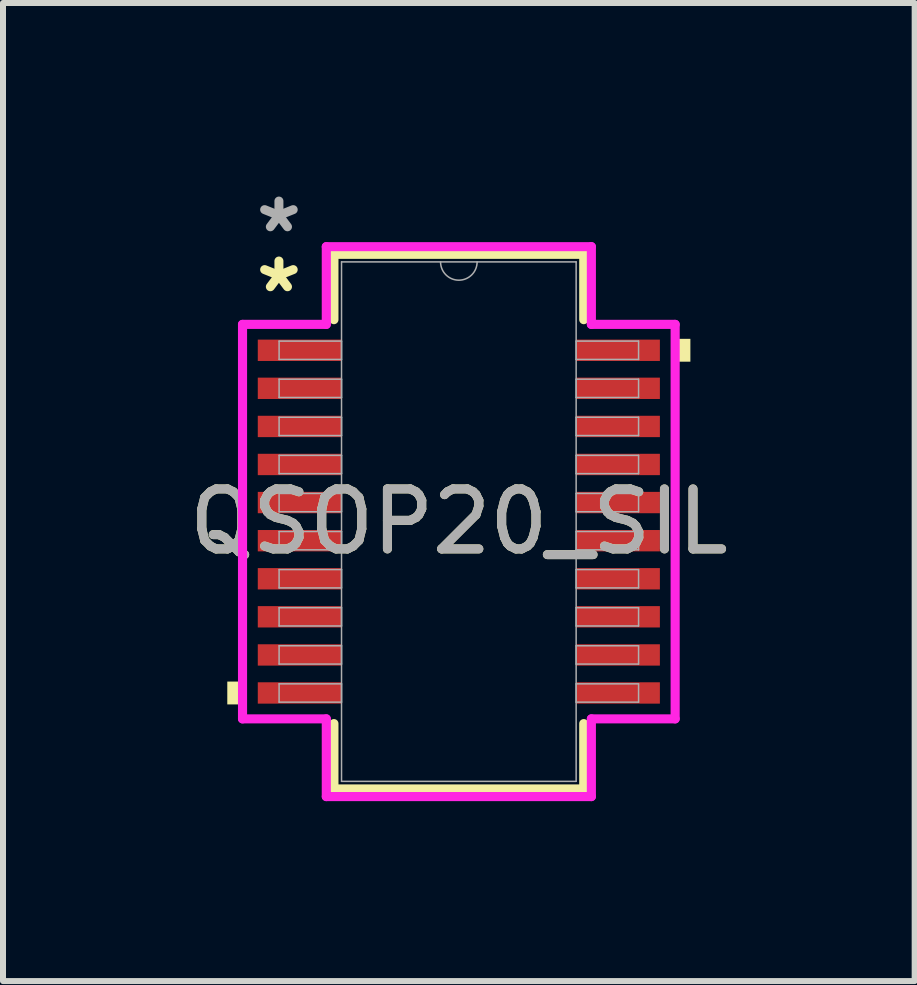
<source format=kicad_pcb>
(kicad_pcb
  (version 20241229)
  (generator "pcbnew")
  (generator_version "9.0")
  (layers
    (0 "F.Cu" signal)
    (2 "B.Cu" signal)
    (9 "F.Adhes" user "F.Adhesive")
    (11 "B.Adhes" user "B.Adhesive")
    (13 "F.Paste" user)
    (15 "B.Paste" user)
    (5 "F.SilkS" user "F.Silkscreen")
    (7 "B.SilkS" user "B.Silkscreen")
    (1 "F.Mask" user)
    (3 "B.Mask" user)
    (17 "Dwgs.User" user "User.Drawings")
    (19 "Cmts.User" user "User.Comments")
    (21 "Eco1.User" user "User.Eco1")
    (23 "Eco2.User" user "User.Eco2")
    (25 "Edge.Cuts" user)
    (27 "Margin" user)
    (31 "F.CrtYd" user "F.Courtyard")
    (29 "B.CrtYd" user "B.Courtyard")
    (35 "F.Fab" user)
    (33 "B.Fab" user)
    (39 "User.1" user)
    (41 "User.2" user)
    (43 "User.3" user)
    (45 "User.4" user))
  (footprint "QSOP20_SIL"
    (layer "F.Cu")
    (at 4.601 5.648)
    (property "Reference" "QSOP20_SIL" (at 0 0 0) (unlocked yes) (layer "F.SilkS") (effects (font (size 1 1) (thickness 0.15))))
    (attr smd)
    (fp_line (start -2.083 -4.458) (end -2.083 -3.368) (stroke (width 0.152) (type solid)) (layer "F.SilkS"))
    (fp_line (start -2.083 3.368) (end -2.083 4.458) (stroke (width 0.152) (type solid)) (layer "F.SilkS"))
    (fp_line (start -2.083 4.458) (end 2.083 4.458) (stroke (width 0.152) (type solid)) (layer "F.SilkS"))
    (fp_line (start 2.083 -4.458) (end -2.083 -4.458) (stroke (width 0.152) (type solid)) (layer "F.SilkS"))
    (fp_line (start 2.083 -3.368) (end 2.083 -4.458) (stroke (width 0.152) (type solid)) (layer "F.SilkS"))
    (fp_line (start 2.083 4.458) (end 2.083 3.368) (stroke (width 0.152) (type solid)) (layer "F.SilkS"))
    (fp_poly (pts (xy -3.861 2.667) (xy -3.861 3.048) (xy -3.607 3.048) (xy -3.607 2.667)) (stroke (width 0) (type solid)) (fill yes) (layer "F.SilkS"))
    (fp_poly (pts (xy 3.861 -3.048) (xy 3.861 -2.667) (xy 3.607 -2.667) (xy 3.607 -3.048)) (stroke (width 0) (type solid)) (fill yes) (layer "F.SilkS"))
    (fp_line (start -3.607 -3.289) (end -2.21 -3.289) (stroke (width 0.152) (type solid)) (layer "F.CrtYd"))
    (fp_line (start -3.607 3.289) (end -3.607 -3.289) (stroke (width 0.152) (type solid)) (layer "F.CrtYd"))
    (fp_line (start -3.607 3.289) (end -2.21 3.289) (stroke (width 0.152) (type solid)) (layer "F.CrtYd"))
    (fp_line (start -2.21 -4.585) (end 2.21 -4.585) (stroke (width 0.152) (type solid)) (layer "F.CrtYd"))
    (fp_line (start -2.21 -3.289) (end -2.21 -4.585) (stroke (width 0.152) (type solid)) (layer "F.CrtYd"))
    (fp_line (start -2.21 4.585) (end -2.21 3.289) (stroke (width 0.152) (type solid)) (layer "F.CrtYd"))
    (fp_line (start 2.21 -4.585) (end 2.21 -3.289) (stroke (width 0.152) (type solid)) (layer "F.CrtYd"))
    (fp_line (start 2.21 3.289) (end 2.21 4.585) (stroke (width 0.152) (type solid)) (layer "F.CrtYd"))
    (fp_line (start 2.21 4.585) (end -2.21 4.585) (stroke (width 0.152) (type solid)) (layer "F.CrtYd"))
    (fp_line (start 3.607 -3.289) (end 2.21 -3.289) (stroke (width 0.152) (type solid)) (layer "F.CrtYd"))
    (fp_line (start 3.607 -3.289) (end 3.607 3.289) (stroke (width 0.152) (type solid)) (layer "F.CrtYd"))
    (fp_line (start 3.607 3.289) (end 2.21 3.289) (stroke (width 0.152) (type solid)) (layer "F.CrtYd"))
    (fp_line (start -2.997 -3.01) (end -2.997 -2.705) (stroke (width 0.025) (type solid)) (layer "F.Fab"))
    (fp_line (start -2.997 -2.705) (end -1.956 -2.705) (stroke (width 0.025) (type solid)) (layer "F.Fab"))
    (fp_line (start -2.997 -2.375) (end -2.997 -2.07) (stroke (width 0.025) (type solid)) (layer "F.Fab"))
    (fp_line (start -2.997 -2.07) (end -1.956 -2.07) (stroke (width 0.025) (type solid)) (layer "F.Fab"))
    (fp_line (start -2.997 -1.74) (end -2.997 -1.435) (stroke (width 0.025) (type solid)) (layer "F.Fab"))
    (fp_line (start -2.997 -1.435) (end -1.956 -1.435) (stroke (width 0.025) (type solid)) (layer "F.Fab"))
    (fp_line (start -2.997 -1.105) (end -2.997 -0.8) (stroke (width 0.025) (type solid)) (layer "F.Fab"))
    (fp_line (start -2.997 -0.8) (end -1.956 -0.8) (stroke (width 0.025) (type solid)) (layer "F.Fab"))
    (fp_line (start -2.997 -0.47) (end -2.997 -0.165) (stroke (width 0.025) (type solid)) (layer "F.Fab"))
    (fp_line (start -2.997 -0.165) (end -1.956 -0.165) (stroke (width 0.025) (type solid)) (layer "F.Fab"))
    (fp_line (start -2.997 0.165) (end -2.997 0.47) (stroke (width 0.025) (type solid)) (layer "F.Fab"))
    (fp_line (start -2.997 0.47) (end -1.956 0.47) (stroke (width 0.025) (type solid)) (layer "F.Fab"))
    (fp_line (start -2.997 0.8) (end -2.997 1.105) (stroke (width 0.025) (type solid)) (layer "F.Fab"))
    (fp_line (start -2.997 1.105) (end -1.956 1.105) (stroke (width 0.025) (type solid)) (layer "F.Fab"))
    (fp_line (start -2.997 1.435) (end -2.997 1.74) (stroke (width 0.025) (type solid)) (layer "F.Fab"))
    (fp_line (start -2.997 1.74) (end -1.956 1.74) (stroke (width 0.025) (type solid)) (layer "F.Fab"))
    (fp_line (start -2.997 2.07) (end -2.997 2.375) (stroke (width 0.025) (type solid)) (layer "F.Fab"))
    (fp_line (start -2.997 2.375) (end -1.956 2.375) (stroke (width 0.025) (type solid)) (layer "F.Fab"))
    (fp_line (start -2.997 2.705) (end -2.997 3.01) (stroke (width 0.025) (type solid)) (layer "F.Fab"))
    (fp_line (start -2.997 3.01) (end -1.956 3.01) (stroke (width 0.025) (type solid)) (layer "F.Fab"))
    (fp_line (start -1.956 -4.331) (end -1.956 4.331) (stroke (width 0.025) (type solid)) (layer "F.Fab"))
    (fp_line (start -1.956 -3.01) (end -2.997 -3.01) (stroke (width 0.025) (type solid)) (layer "F.Fab"))
    (fp_line (start -1.956 -2.705) (end -1.956 -3.01) (stroke (width 0.025) (type solid)) (layer "F.Fab"))
    (fp_line (start -1.956 -2.375) (end -2.997 -2.375) (stroke (width 0.025) (type solid)) (layer "F.Fab"))
    (fp_line (start -1.956 -2.07) (end -1.956 -2.375) (stroke (width 0.025) (type solid)) (layer "F.Fab"))
    (fp_line (start -1.956 -1.74) (end -2.997 -1.74) (stroke (width 0.025) (type solid)) (layer "F.Fab"))
    (fp_line (start -1.956 -1.435) (end -1.956 -1.74) (stroke (width 0.025) (type solid)) (layer "F.Fab"))
    (fp_line (start -1.956 -1.105) (end -2.997 -1.105) (stroke (width 0.025) (type solid)) (layer "F.Fab"))
    (fp_line (start -1.956 -0.8) (end -1.956 -1.105) (stroke (width 0.025) (type solid)) (layer "F.Fab"))
    (fp_line (start -1.956 -0.47) (end -2.997 -0.47) (stroke (width 0.025) (type solid)) (layer "F.Fab"))
    (fp_line (start -1.956 -0.165) (end -1.956 -0.47) (stroke (width 0.025) (type solid)) (layer "F.Fab"))
    (fp_line (start -1.956 0.165) (end -2.997 0.165) (stroke (width 0.025) (type solid)) (layer "F.Fab"))
    (fp_line (start -1.956 0.47) (end -1.956 0.165) (stroke (width 0.025) (type solid)) (layer "F.Fab"))
    (fp_line (start -1.956 0.8) (end -2.997 0.8) (stroke (width 0.025) (type solid)) (layer "F.Fab"))
    (fp_line (start -1.956 1.105) (end -1.956 0.8) (stroke (width 0.025) (type solid)) (layer "F.Fab"))
    (fp_line (start -1.956 1.435) (end -2.997 1.435) (stroke (width 0.025) (type solid)) (layer "F.Fab"))
    (fp_line (start -1.956 1.74) (end -1.956 1.435) (stroke (width 0.025) (type solid)) (layer "F.Fab"))
    (fp_line (start -1.956 2.07) (end -2.997 2.07) (stroke (width 0.025) (type solid)) (layer "F.Fab"))
    (fp_line (start -1.956 2.375) (end -1.956 2.07) (stroke (width 0.025) (type solid)) (layer "F.Fab"))
    (fp_line (start -1.956 2.705) (end -2.997 2.705) (stroke (width 0.025) (type solid)) (layer "F.Fab"))
    (fp_line (start -1.956 3.01) (end -1.956 2.705) (stroke (width 0.025) (type solid)) (layer "F.Fab"))
    (fp_line (start -1.956 4.331) (end 1.956 4.331) (stroke (width 0.025) (type solid)) (layer "F.Fab"))
    (fp_line (start 1.956 -4.331) (end -1.956 -4.331) (stroke (width 0.025) (type solid)) (layer "F.Fab"))
    (fp_line (start 1.956 -3.01) (end 1.956 -2.705) (stroke (width 0.025) (type solid)) (layer "F.Fab"))
    (fp_line (start 1.956 -2.705) (end 2.997 -2.705) (stroke (width 0.025) (type solid)) (layer "F.Fab"))
    (fp_line (start 1.956 -2.375) (end 1.956 -2.07) (stroke (width 0.025) (type solid)) (layer "F.Fab"))
    (fp_line (start 1.956 -2.07) (end 2.997 -2.07) (stroke (width 0.025) (type solid)) (layer "F.Fab"))
    (fp_line (start 1.956 -1.74) (end 1.956 -1.435) (stroke (width 0.025) (type solid)) (layer "F.Fab"))
    (fp_line (start 1.956 -1.435) (end 2.997 -1.435) (stroke (width 0.025) (type solid)) (layer "F.Fab"))
    (fp_line (start 1.956 -1.105) (end 1.956 -0.8) (stroke (width 0.025) (type solid)) (layer "F.Fab"))
    (fp_line (start 1.956 -0.8) (end 2.997 -0.8) (stroke (width 0.025) (type solid)) (layer "F.Fab"))
    (fp_line (start 1.956 -0.47) (end 1.956 -0.165) (stroke (width 0.025) (type solid)) (layer "F.Fab"))
    (fp_line (start 1.956 -0.165) (end 2.997 -0.165) (stroke (width 0.025) (type solid)) (layer "F.Fab"))
    (fp_line (start 1.956 0.165) (end 1.956 0.47) (stroke (width 0.025) (type solid)) (layer "F.Fab"))
    (fp_line (start 1.956 0.47) (end 2.997 0.47) (stroke (width 0.025) (type solid)) (layer "F.Fab"))
    (fp_line (start 1.956 0.8) (end 1.956 1.105) (stroke (width 0.025) (type solid)) (layer "F.Fab"))
    (fp_line (start 1.956 1.105) (end 2.997 1.105) (stroke (width 0.025) (type solid)) (layer "F.Fab"))
    (fp_line (start 1.956 1.435) (end 1.956 1.74) (stroke (width 0.025) (type solid)) (layer "F.Fab"))
    (fp_line (start 1.956 1.74) (end 2.997 1.74) (stroke (width 0.025) (type solid)) (layer "F.Fab"))
    (fp_line (start 1.956 2.07) (end 1.956 2.375) (stroke (width 0.025) (type solid)) (layer "F.Fab"))
    (fp_line (start 1.956 2.375) (end 2.997 2.375) (stroke (width 0.025) (type solid)) (layer "F.Fab"))
    (fp_line (start 1.956 2.705) (end 1.956 3.01) (stroke (width 0.025) (type solid)) (layer "F.Fab"))
    (fp_line (start 1.956 3.01) (end 2.997 3.01) (stroke (width 0.025) (type solid)) (layer "F.Fab"))
    (fp_line (start 1.956 4.331) (end 1.956 -4.331) (stroke (width 0.025) (type solid)) (layer "F.Fab"))
    (fp_line (start 2.997 -3.01) (end 1.956 -3.01) (stroke (width 0.025) (type solid)) (layer "F.Fab"))
    (fp_line (start 2.997 -2.705) (end 2.997 -3.01) (stroke (width 0.025) (type solid)) (layer "F.Fab"))
    (fp_line (start 2.997 -2.375) (end 1.956 -2.375) (stroke (width 0.025) (type solid)) (layer "F.Fab"))
    (fp_line (start 2.997 -2.07) (end 2.997 -2.375) (stroke (width 0.025) (type solid)) (layer "F.Fab"))
    (fp_line (start 2.997 -1.74) (end 1.956 -1.74) (stroke (width 0.025) (type solid)) (layer "F.Fab"))
    (fp_line (start 2.997 -1.435) (end 2.997 -1.74) (stroke (width 0.025) (type solid)) (layer "F.Fab"))
    (fp_line (start 2.997 -1.105) (end 1.956 -1.105) (stroke (width 0.025) (type solid)) (layer "F.Fab"))
    (fp_line (start 2.997 -0.8) (end 2.997 -1.105) (stroke (width 0.025) (type solid)) (layer "F.Fab"))
    (fp_line (start 2.997 -0.47) (end 1.956 -0.47) (stroke (width 0.025) (type solid)) (layer "F.Fab"))
    (fp_line (start 2.997 -0.165) (end 2.997 -0.47) (stroke (width 0.025) (type solid)) (layer "F.Fab"))
    (fp_line (start 2.997 0.165) (end 1.956 0.165) (stroke (width 0.025) (type solid)) (layer "F.Fab"))
    (fp_line (start 2.997 0.47) (end 2.997 0.165) (stroke (width 0.025) (type solid)) (layer "F.Fab"))
    (fp_line (start 2.997 0.8) (end 1.956 0.8) (stroke (width 0.025) (type solid)) (layer "F.Fab"))
    (fp_line (start 2.997 1.105) (end 2.997 0.8) (stroke (width 0.025) (type solid)) (layer "F.Fab"))
    (fp_line (start 2.997 1.435) (end 1.956 1.435) (stroke (width 0.025) (type solid)) (layer "F.Fab"))
    (fp_line (start 2.997 1.74) (end 2.997 1.435) (stroke (width 0.025) (type solid)) (layer "F.Fab"))
    (fp_line (start 2.997 2.07) (end 1.956 2.07) (stroke (width 0.025) (type solid)) (layer "F.Fab"))
    (fp_line (start 2.997 2.375) (end 2.997 2.07) (stroke (width 0.025) (type solid)) (layer "F.Fab"))
    (fp_line (start 2.997 2.705) (end 1.956 2.705) (stroke (width 0.025) (type solid)) (layer "F.Fab"))
    (fp_line (start 2.997 3.01) (end 2.997 2.705) (stroke (width 0.025) (type solid)) (layer "F.Fab"))
    (fp_arc (start 0.3048 -4.3307) (mid 0 -4.0259) (end -0.3048 -4.3307) (stroke (width 0.0254) (type solid)) (layer "F.Fab"))
    (fp_text user "*" (at -3 -3.8 0) (layer "F.SilkS") (effects (font (size 1 1) (thickness 0.15))))
    (fp_text user "${REFERENCE}" (at 0 0 0) (unlocked yes) (layer "F.Fab") (effects (font (size 1 1) (thickness 0.15))))
    (fp_text user "*" (at -3 -4.8 0) (layer "F.Fab") (effects (font (size 1 1) (thickness 0.15))))
    (pad "1" smd rect (at -2.654 -2.857) (size 1.397 0.356) (layers "F.Cu" "F.Mask" "F.Paste"))
    (pad "2" smd rect (at -2.654 -2.223) (size 1.397 0.356) (layers "F.Cu" "F.Mask" "F.Paste"))
    (pad "3" smd rect (at -2.654 -1.587) (size 1.397 0.356) (layers "F.Cu" "F.Mask" "F.Paste"))
    (pad "4" smd rect (at -2.654 -0.953) (size 1.397 0.356) (layers "F.Cu" "F.Mask" "F.Paste"))
    (pad "5" smd rect (at -2.654 -0.318) (size 1.397 0.356) (layers "F.Cu" "F.Mask" "F.Paste"))
    (pad "6" smd rect (at -2.654 0.318) (size 1.397 0.356) (layers "F.Cu" "F.Mask" "F.Paste"))
    (pad "7" smd rect (at -2.654 0.953) (size 1.397 0.356) (layers "F.Cu" "F.Mask" "F.Paste"))
    (pad "8" smd rect (at -2.654 1.587) (size 1.397 0.356) (layers "F.Cu" "F.Mask" "F.Paste"))
    (pad "9" smd rect (at -2.654 2.223) (size 1.397 0.356) (layers "F.Cu" "F.Mask" "F.Paste"))
    (pad "10" smd rect (at -2.654 2.857) (size 1.397 0.356) (layers "F.Cu" "F.Mask" "F.Paste"))
    (pad "11" smd rect (at 2.654 2.857) (size 1.397 0.356) (layers "F.Cu" "F.Mask" "F.Paste"))
    (pad "12" smd rect (at 2.654 2.223) (size 1.397 0.356) (layers "F.Cu" "F.Mask" "F.Paste"))
    (pad "13" smd rect (at 2.654 1.587) (size 1.397 0.356) (layers "F.Cu" "F.Mask" "F.Paste"))
    (pad "14" smd rect (at 2.654 0.953) (size 1.397 0.356) (layers "F.Cu" "F.Mask" "F.Paste"))
    (pad "15" smd rect (at 2.654 0.318) (size 1.397 0.356) (layers "F.Cu" "F.Mask" "F.Paste"))
    (pad "16" smd rect (at 2.654 -0.318) (size 1.397 0.356) (layers "F.Cu" "F.Mask" "F.Paste"))
    (pad "17" smd rect (at 2.654 -0.953) (size 1.397 0.356) (layers "F.Cu" "F.Mask" "F.Paste"))
    (pad "18" smd rect (at 2.654 -1.587) (size 1.397 0.356) (layers "F.Cu" "F.Mask" "F.Paste"))
    (pad "19" smd rect (at 2.654 -2.223) (size 1.397 0.356) (layers "F.Cu" "F.Mask" "F.Paste"))
    (pad "20" smd rect (at 2.654 -2.857) (size 1.397 0.356) (layers "F.Cu" "F.Mask" "F.Paste")))
  (gr_rect
    (start -3 -3)
    (end 12.202 13.309)
    (stroke (width 0.1) (type default))
    (fill no)
    (layer "Edge.Cuts")))
</source>
